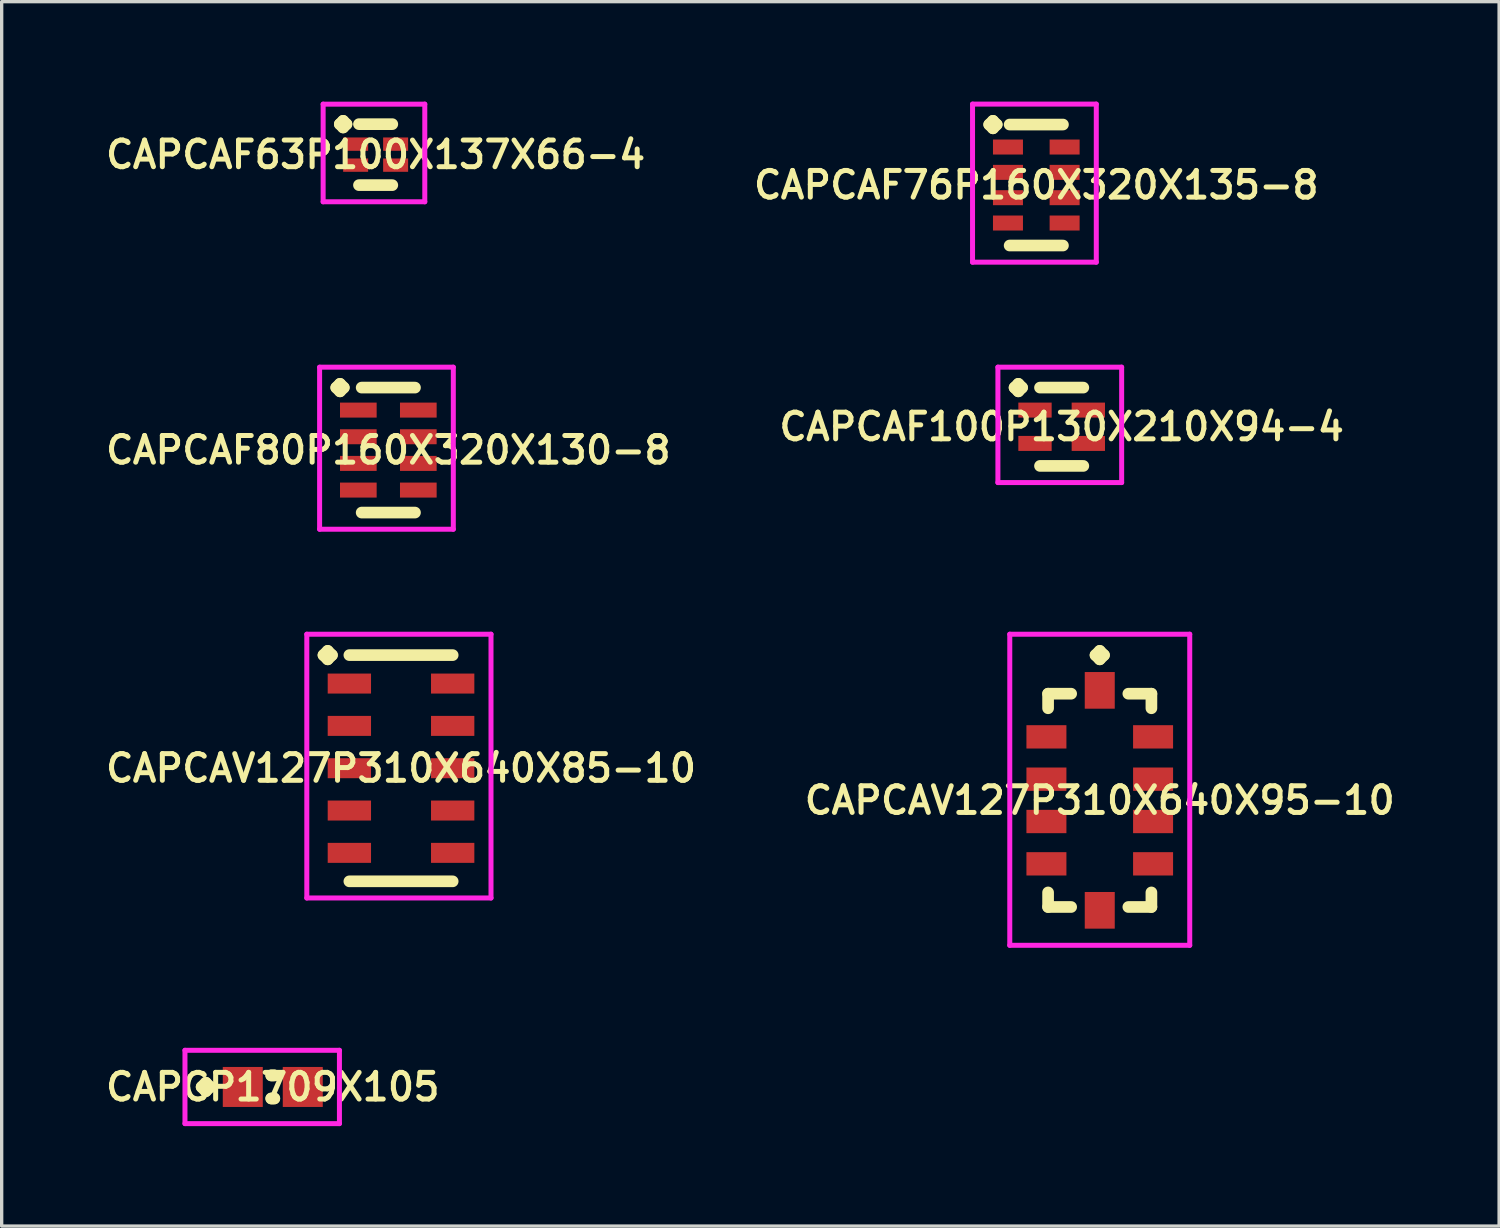
<source format=kicad_pcb>
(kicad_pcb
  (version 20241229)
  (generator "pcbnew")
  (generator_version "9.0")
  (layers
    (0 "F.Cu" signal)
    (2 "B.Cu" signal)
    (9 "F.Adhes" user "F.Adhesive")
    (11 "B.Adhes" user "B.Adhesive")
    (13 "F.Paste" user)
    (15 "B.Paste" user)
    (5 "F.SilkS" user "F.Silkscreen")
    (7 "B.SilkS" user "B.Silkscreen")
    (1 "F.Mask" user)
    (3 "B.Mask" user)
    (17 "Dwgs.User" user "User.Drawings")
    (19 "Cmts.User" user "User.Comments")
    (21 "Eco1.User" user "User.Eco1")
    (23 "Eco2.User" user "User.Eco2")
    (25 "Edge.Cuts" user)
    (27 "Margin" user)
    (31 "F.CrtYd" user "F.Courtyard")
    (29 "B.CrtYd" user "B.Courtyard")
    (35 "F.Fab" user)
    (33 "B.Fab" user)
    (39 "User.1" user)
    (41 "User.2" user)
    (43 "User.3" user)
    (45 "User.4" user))
  (footprint "CAPCAV127P310X640X95-10"
    (layer "F.Cu")
    (at 29.949 20.965)
    (property "Reference" "CAPCAV127P310X640X95-10" (at 0 0 0) (layer "F.SilkS") (effects (font (size 0.8 0.8) (thickness 0.15))))
    (attr smd)
    (fp_line (start -1.55 -3.2) (end -0.858 -3.2) (stroke (width 0.35) (type solid)) (layer "F.SilkS"))
    (fp_line (start -1.55 -2.763) (end -1.55 -3.2) (stroke (width 0.35) (type solid)) (layer "F.SilkS"))
    (fp_line (start -1.55 2.763) (end -1.55 3.2) (stroke (width 0.35) (type solid)) (layer "F.SilkS"))
    (fp_line (start -1.55 3.2) (end -0.858 3.2) (stroke (width 0.35) (type solid)) (layer "F.SilkS"))
    (fp_line (start -0.127 -4.358) (end 0 -4.485) (stroke (width 0.35) (type solid)) (layer "F.SilkS"))
    (fp_line (start 0 -4.485) (end 0.127 -4.358) (stroke (width 0.35) (type solid)) (layer "F.SilkS"))
    (fp_line (start 0 -4.231) (end -0.127 -4.358) (stroke (width 0.35) (type solid)) (layer "F.SilkS"))
    (fp_line (start 0.127 -4.358) (end 0 -4.231) (stroke (width 0.35) (type solid)) (layer "F.SilkS"))
    (fp_line (start 1.55 -3.2) (end 0.858 -3.2) (stroke (width 0.35) (type solid)) (layer "F.SilkS"))
    (fp_line (start 1.55 -2.763) (end 1.55 -3.2) (stroke (width 0.35) (type solid)) (layer "F.SilkS"))
    (fp_line (start 1.55 2.763) (end 1.55 3.2) (stroke (width 0.35) (type solid)) (layer "F.SilkS"))
    (fp_line (start 1.55 3.2) (end 0.858 3.2) (stroke (width 0.35) (type solid)) (layer "F.SilkS"))
    (fp_line (start -2.7 -4.985) (end 2.7 -4.985) (stroke (width 0.15) (type solid)) (layer "F.CrtYd"))
    (fp_line (start -2.7 4.35) (end -2.7 -4.985) (stroke (width 0.15) (type solid)) (layer "F.CrtYd"))
    (fp_line (start 2.7 -4.985) (end 2.7 4.35) (stroke (width 0.15) (type solid)) (layer "F.CrtYd"))
    (fp_line (start 2.7 4.35) (end -2.7 4.35) (stroke (width 0.15) (type solid)) (layer "F.CrtYd"))
    (pad "1" smd rect (at 0 -3.3) (size 0.9 1.1) (layers "F.Cu" "F.Mask" "F.Paste"))
    (pad "2" smd rect (at -1.6 -1.905) (size 1.2 0.7) (layers "F.Cu" "F.Mask" "F.Paste"))
    (pad "3" smd rect (at -1.6 -0.635) (size 1.2 0.7) (layers "F.Cu" "F.Mask" "F.Paste"))
    (pad "4" smd rect (at -1.6 0.635) (size 1.2 0.7) (layers "F.Cu" "F.Mask" "F.Paste"))
    (pad "5" smd rect (at -1.6 1.905) (size 1.2 0.7) (layers "F.Cu" "F.Mask" "F.Paste"))
    (pad "6" smd rect (at 0 3.3) (size 0.9 1.1) (layers "F.Cu" "F.Mask" "F.Paste"))
    (pad "7" smd rect (at 1.6 1.905) (size 1.2 0.7) (layers "F.Cu" "F.Mask" "F.Paste"))
    (pad "8" smd rect (at 1.6 0.635) (size 1.2 0.7) (layers "F.Cu" "F.Mask" "F.Paste"))
    (pad "9" smd rect (at 1.6 -0.635) (size 1.2 0.7) (layers "F.Cu" "F.Mask" "F.Paste"))
    (pad "10" smd rect (at 1.6 -1.905) (size 1.2 0.7) (layers "F.Cu" "F.Mask" "F.Paste")))
  (footprint "CAPCAF63P100X137X66-4"
    (layer "F.Cu")
    (at 8.221 1.59)
    (property "Reference" "CAPCAF63P100X137X66-4" (at 0 0 0) (layer "F.SilkS") (effects (font (size 0.8 0.8) (thickness 0.15))))
    (attr smd)
    (fp_line (start -1.075 -0.915) (end -0.975 -1.015) (stroke (width 0.35) (type solid)) (layer "F.SilkS"))
    (fp_line (start -0.975 -1.015) (end -0.875 -0.915) (stroke (width 0.35) (type solid)) (layer "F.SilkS"))
    (fp_line (start -0.975 -0.815) (end -1.075 -0.915) (stroke (width 0.35) (type solid)) (layer "F.SilkS"))
    (fp_line (start -0.875 -0.915) (end -0.975 -0.815) (stroke (width 0.35) (type solid)) (layer "F.SilkS"))
    (fp_line (start -0.5 -0.915) (end 0.5 -0.915) (stroke (width 0.35) (type solid)) (layer "F.SilkS"))
    (fp_line (start -0.5 0.915) (end 0.5 0.915) (stroke (width 0.35) (type solid)) (layer "F.SilkS"))
    (fp_line (start -1.575 -1.515) (end 1.475 -1.515) (stroke (width 0.15) (type solid)) (layer "F.CrtYd"))
    (fp_line (start -1.575 1.415) (end -1.575 -1.515) (stroke (width 0.15) (type solid)) (layer "F.CrtYd"))
    (fp_line (start 1.475 -1.515) (end 1.475 1.415) (stroke (width 0.15) (type solid)) (layer "F.CrtYd"))
    (fp_line (start 1.475 1.415) (end -1.575 1.415) (stroke (width 0.15) (type solid)) (layer "F.CrtYd"))
    (pad "1" smd rect (at -0.6 -0.315) (size 0.75 0.4) (layers "F.Cu" "F.Mask" "F.Paste"))
    (pad "2" smd rect (at -0.6 0.315) (size 0.75 0.4) (layers "F.Cu" "F.Mask" "F.Paste"))
    (pad "3" smd rect (at 0.6 0.315) (size 0.75 0.4) (layers "F.Cu" "F.Mask" "F.Paste"))
    (pad "4" smd rect (at 0.6 -0.315) (size 0.75 0.4) (layers "F.Cu" "F.Mask" "F.Paste")))
  (footprint "CAPCAF100P130X210X94-4"
    (layer "F.Cu")
    (at 28.806 9.755)
    (property "Reference" "CAPCAF100P130X210X94-4" (at 0 0 0) (layer "F.SilkS") (effects (font (size 0.8 0.8) (thickness 0.15))))
    (attr smd)
    (fp_line (start -1.413 -1.175) (end -1.3 -1.288) (stroke (width 0.35) (type solid)) (layer "F.SilkS"))
    (fp_line (start -1.3 -1.288) (end -1.188 -1.175) (stroke (width 0.35) (type solid)) (layer "F.SilkS"))
    (fp_line (start -1.3 -1.062) (end -1.413 -1.175) (stroke (width 0.35) (type solid)) (layer "F.SilkS"))
    (fp_line (start -1.188 -1.175) (end -1.3 -1.062) (stroke (width 0.35) (type solid)) (layer "F.SilkS"))
    (fp_line (start -0.65 -1.175) (end 0.65 -1.175) (stroke (width 0.35) (type solid)) (layer "F.SilkS"))
    (fp_line (start -0.65 1.175) (end 0.65 1.175) (stroke (width 0.35) (type solid)) (layer "F.SilkS"))
    (fp_line (start -1.913 -1.788) (end 1.8 -1.788) (stroke (width 0.15) (type solid)) (layer "F.CrtYd"))
    (fp_line (start -1.913 1.675) (end -1.913 -1.788) (stroke (width 0.15) (type solid)) (layer "F.CrtYd"))
    (fp_line (start 1.8 -1.788) (end 1.8 1.675) (stroke (width 0.15) (type solid)) (layer "F.CrtYd"))
    (fp_line (start 1.8 1.675) (end -1.913 1.675) (stroke (width 0.15) (type solid)) (layer "F.CrtYd"))
    (pad "1" smd rect (at -0.8 -0.5) (size 1 0.45) (layers "F.Cu" "F.Mask" "F.Paste"))
    (pad "2" smd rect (at -0.8 0.5) (size 1 0.45) (layers "F.Cu" "F.Mask" "F.Paste"))
    (pad "3" smd rect (at 0.8 0.5) (size 1 0.45) (layers "F.Cu" "F.Mask" "F.Paste"))
    (pad "4" smd rect (at 0.8 -0.5) (size 1 0.45) (layers "F.Cu" "F.Mask" "F.Paste")))
  (footprint "CAPCAV127P310X640X85-10"
    (layer "F.Cu")
    (at 8.983 20.001)
    (property "Reference" "CAPCAV127P310X640X85-10" (at 0 0 0) (layer "F.SilkS") (effects (font (size 0.8 0.8) (thickness 0.15))))
    (attr smd)
    (fp_line (start -2.327 -3.394) (end -2.2 -3.521) (stroke (width 0.35) (type solid)) (layer "F.SilkS"))
    (fp_line (start -2.2 -3.521) (end -2.073 -3.394) (stroke (width 0.35) (type solid)) (layer "F.SilkS"))
    (fp_line (start -2.2 -3.267) (end -2.327 -3.394) (stroke (width 0.35) (type solid)) (layer "F.SilkS"))
    (fp_line (start -2.073 -3.394) (end -2.2 -3.267) (stroke (width 0.35) (type solid)) (layer "F.SilkS"))
    (fp_line (start -1.55 -3.394) (end 1.55 -3.394) (stroke (width 0.35) (type solid)) (layer "F.SilkS"))
    (fp_line (start -1.55 3.394) (end 1.55 3.394) (stroke (width 0.35) (type solid)) (layer "F.SilkS"))
    (fp_line (start -2.827 -4.021) (end 2.7 -4.021) (stroke (width 0.15) (type solid)) (layer "F.CrtYd"))
    (fp_line (start -2.827 3.894) (end -2.827 -4.021) (stroke (width 0.15) (type solid)) (layer "F.CrtYd"))
    (fp_line (start 2.7 -4.021) (end 2.7 3.894) (stroke (width 0.15) (type solid)) (layer "F.CrtYd"))
    (fp_line (start 2.7 3.894) (end -2.827 3.894) (stroke (width 0.15) (type solid)) (layer "F.CrtYd"))
    (pad "1" smd rect (at -1.55 -2.54) (size 1.3 0.6) (layers "F.Cu" "F.Mask" "F.Paste"))
    (pad "2" smd rect (at -1.55 -1.27) (size 1.3 0.6) (layers "F.Cu" "F.Mask" "F.Paste"))
    (pad "3" smd rect (at -1.55 0) (size 1.3 0.6) (layers "F.Cu" "F.Mask" "F.Paste"))
    (pad "4" smd rect (at -1.55 1.27) (size 1.3 0.6) (layers "F.Cu" "F.Mask" "F.Paste"))
    (pad "5" smd rect (at -1.55 2.54) (size 1.3 0.6) (layers "F.Cu" "F.Mask" "F.Paste"))
    (pad "6" smd rect (at 1.55 2.54) (size 1.3 0.6) (layers "F.Cu" "F.Mask" "F.Paste"))
    (pad "7" smd rect (at 1.55 1.27) (size 1.3 0.6) (layers "F.Cu" "F.Mask" "F.Paste"))
    (pad "8" smd rect (at 1.55 0) (size 1.3 0.6) (layers "F.Cu" "F.Mask" "F.Paste"))
    (pad "9" smd rect (at 1.55 -1.27) (size 1.3 0.6) (layers "F.Cu" "F.Mask" "F.Paste"))
    (pad "10" smd rect (at 1.55 -2.54) (size 1.3 0.6) (layers "F.Cu" "F.Mask" "F.Paste")))
  (footprint "CAPCP1709X105"
    (layer "F.Cu")
    (at 5.135 29.565)
    (property "Reference" "CAPCP1709X105" (at 0 0 0) (layer "F.SilkS") (effects (font (size 0.8 0.8) (thickness 0.15))))
    (attr smd)
    (fp_line (start -2.135 0) (end -2.008 -0.127) (stroke (width 0.35) (type solid)) (layer "F.SilkS"))
    (fp_line (start -2.008 -0.127) (end -1.881 0) (stroke (width 0.35) (type solid)) (layer "F.SilkS"))
    (fp_line (start -2.008 0.127) (end -2.135 0) (stroke (width 0.35) (type solid)) (layer "F.SilkS"))
    (fp_line (start -1.881 0) (end -2.008 0.127) (stroke (width 0.35) (type solid)) (layer "F.SilkS"))
    (fp_line (start -0.046 -0.346) (end 0.046 -0.346) (stroke (width 0.35) (type solid)) (layer "F.SilkS"))
    (fp_line (start -0.046 0.346) (end 0.046 0.346) (stroke (width 0.35) (type solid)) (layer "F.SilkS"))
    (fp_line (start 0.046 -0.346) (end -0.046 -0.346) (stroke (width 0.35) (type solid)) (layer "F.SilkS"))
    (fp_line (start 0.046 0.346) (end -0.046 0.346) (stroke (width 0.35) (type solid)) (layer "F.SilkS"))
    (fp_line (start -2.635 -1.1) (end 2 -1.1) (stroke (width 0.15) (type solid)) (layer "F.CrtYd"))
    (fp_line (start -2.635 1.1) (end -2.635 -1.1) (stroke (width 0.15) (type solid)) (layer "F.CrtYd"))
    (fp_line (start 2 -1.1) (end 2 1.1) (stroke (width 0.15) (type solid)) (layer "F.CrtYd"))
    (fp_line (start 2 1.1) (end -2.635 1.1) (stroke (width 0.15) (type solid)) (layer "F.CrtYd"))
    (pad "1" smd rect (at -0.9 0) (size 1.2 1.2) (layers "F.Cu" "F.Mask" "F.Paste"))
    (pad "2" smd rect (at 0.9 0) (size 1.2 1.2) (layers "F.Cu" "F.Mask" "F.Paste")))
  (footprint "CAPCAF76P160X320X135-8"
    (layer "F.Cu")
    (at 28.045 2.502)
    (property "Reference" "CAPCAF76P160X320X135-8" (at 0 0 0) (layer "F.SilkS") (effects (font (size 0.8 0.8) (thickness 0.15))))
    (attr smd)
    (fp_line (start -1.413 -1.815) (end -1.3 -1.927) (stroke (width 0.35) (type solid)) (layer "F.SilkS"))
    (fp_line (start -1.3 -1.927) (end -1.188 -1.815) (stroke (width 0.35) (type solid)) (layer "F.SilkS"))
    (fp_line (start -1.3 -1.702) (end -1.413 -1.815) (stroke (width 0.35) (type solid)) (layer "F.SilkS"))
    (fp_line (start -1.188 -1.815) (end -1.3 -1.702) (stroke (width 0.35) (type solid)) (layer "F.SilkS"))
    (fp_line (start -0.8 -1.815) (end 0.8 -1.815) (stroke (width 0.35) (type solid)) (layer "F.SilkS"))
    (fp_line (start -0.8 1.815) (end 0.8 1.815) (stroke (width 0.35) (type solid)) (layer "F.SilkS"))
    (fp_line (start -1.913 -2.428) (end 1.8 -2.428) (stroke (width 0.15) (type solid)) (layer "F.CrtYd"))
    (fp_line (start -1.913 2.315) (end -1.913 -2.428) (stroke (width 0.15) (type solid)) (layer "F.CrtYd"))
    (fp_line (start 1.8 -2.428) (end 1.8 2.315) (stroke (width 0.15) (type solid)) (layer "F.CrtYd"))
    (fp_line (start 1.8 2.315) (end -1.913 2.315) (stroke (width 0.15) (type solid)) (layer "F.CrtYd"))
    (pad "1" smd rect (at -0.85 -1.14) (size 0.9 0.45) (layers "F.Cu" "F.Mask" "F.Paste"))
    (pad "2" smd rect (at -0.85 -0.38) (size 0.9 0.45) (layers "F.Cu" "F.Mask" "F.Paste"))
    (pad "3" smd rect (at -0.85 0.38) (size 0.9 0.45) (layers "F.Cu" "F.Mask" "F.Paste"))
    (pad "4" smd rect (at -0.85 1.14) (size 0.9 0.45) (layers "F.Cu" "F.Mask" "F.Paste"))
    (pad "5" smd rect (at 0.85 1.14) (size 0.9 0.45) (layers "F.Cu" "F.Mask" "F.Paste"))
    (pad "6" smd rect (at 0.85 0.38) (size 0.9 0.45) (layers "F.Cu" "F.Mask" "F.Paste"))
    (pad "7" smd rect (at 0.85 -0.38) (size 0.9 0.45) (layers "F.Cu" "F.Mask" "F.Paste"))
    (pad "8" smd rect (at 0.85 -1.14) (size 0.9 0.45) (layers "F.Cu" "F.Mask" "F.Paste")))
  (footprint "CAPCAF80P160X320X130-8"
    (layer "F.Cu")
    (at 8.602 10.455)
    (property "Reference" "CAPCAF80P160X320X130-8" (at 0 0 0) (layer "F.SilkS") (effects (font (size 0.8 0.8) (thickness 0.15))))
    (attr smd)
    (fp_line (start -1.562 -1.875) (end -1.45 -1.988) (stroke (width 0.35) (type solid)) (layer "F.SilkS"))
    (fp_line (start -1.45 -1.988) (end -1.337 -1.875) (stroke (width 0.35) (type solid)) (layer "F.SilkS"))
    (fp_line (start -1.45 -1.762) (end -1.562 -1.875) (stroke (width 0.35) (type solid)) (layer "F.SilkS"))
    (fp_line (start -1.337 -1.875) (end -1.45 -1.762) (stroke (width 0.35) (type solid)) (layer "F.SilkS"))
    (fp_line (start -0.8 -1.875) (end 0.8 -1.875) (stroke (width 0.35) (type solid)) (layer "F.SilkS"))
    (fp_line (start -0.8 1.875) (end 0.8 1.875) (stroke (width 0.35) (type solid)) (layer "F.SilkS"))
    (fp_line (start -2.062 -2.487) (end 1.95 -2.487) (stroke (width 0.15) (type solid)) (layer "F.CrtYd"))
    (fp_line (start -2.062 2.375) (end -2.062 -2.487) (stroke (width 0.15) (type solid)) (layer "F.CrtYd"))
    (fp_line (start 1.95 -2.487) (end 1.95 2.375) (stroke (width 0.15) (type solid)) (layer "F.CrtYd"))
    (fp_line (start 1.95 2.375) (end -2.062 2.375) (stroke (width 0.15) (type solid)) (layer "F.CrtYd"))
    (pad "1" smd rect (at -0.9 -1.2) (size 1.1 0.45) (layers "F.Cu" "F.Mask" "F.Paste"))
    (pad "2" smd rect (at -0.9 -0.4) (size 1.1 0.45) (layers "F.Cu" "F.Mask" "F.Paste"))
    (pad "3" smd rect (at -0.9 0.4) (size 1.1 0.45) (layers "F.Cu" "F.Mask" "F.Paste"))
    (pad "4" smd rect (at -0.9 1.2) (size 1.1 0.45) (layers "F.Cu" "F.Mask" "F.Paste"))
    (pad "5" smd rect (at 0.9 1.2) (size 1.1 0.45) (layers "F.Cu" "F.Mask" "F.Paste"))
    (pad "6" smd rect (at 0.9 0.4) (size 1.1 0.45) (layers "F.Cu" "F.Mask" "F.Paste"))
    (pad "7" smd rect (at 0.9 -0.4) (size 1.1 0.45) (layers "F.Cu" "F.Mask" "F.Paste"))
    (pad "8" smd rect (at 0.9 -1.2) (size 1.1 0.45) (layers "F.Cu" "F.Mask" "F.Paste")))
  (gr_rect
    (start -3 -3)
    (end 41.932 33.74)
    (stroke (width 0.1) (type default))
    (fill no)
    (layer "Edge.Cuts")))
</source>
